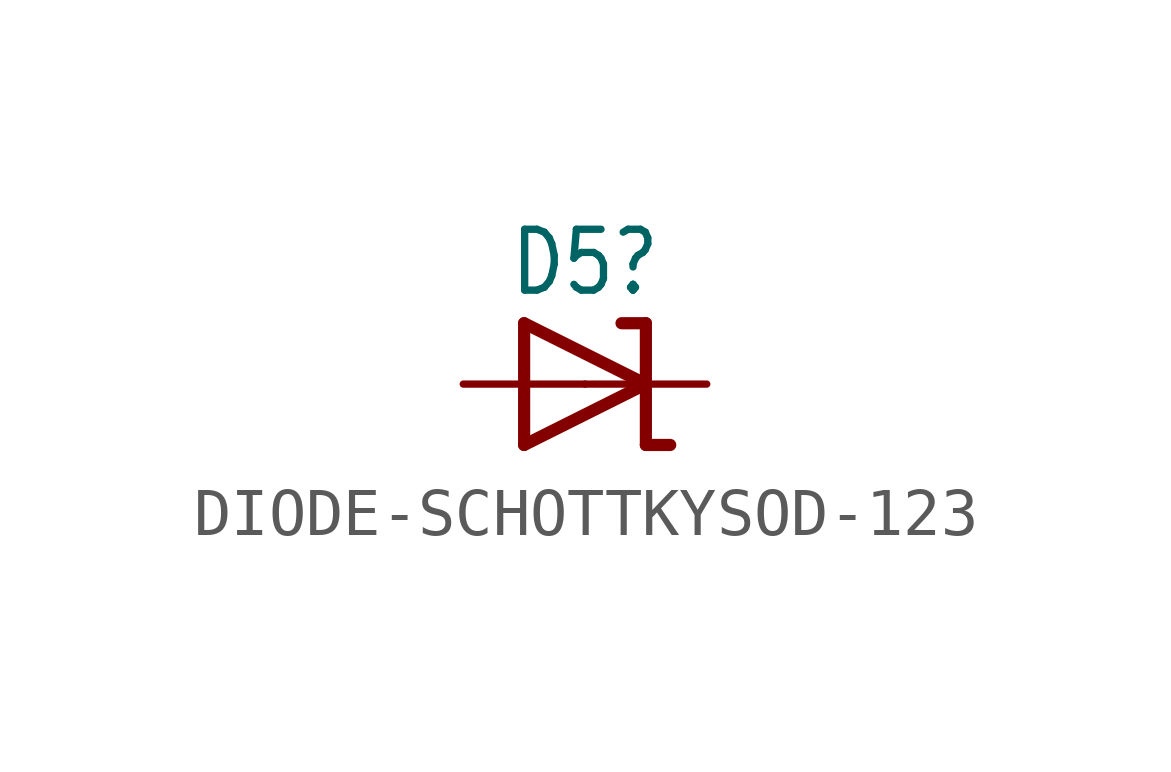
<source format=kicad_sym>
(kicad_symbol_lib
  (version 20220914)
  (generator kicad_symbol_editor)
  (symbol "DIODE-SCHOTTKYSOD-123"
    (property "Reference" "D5"
      (at 0 2.54 0)
      (effects (font (size 1.27 1.079))))
    (property "ki_locked" ""
      (at 0 0 0)
      (effects (font (size 1.27 1.27))))
    (symbol "DIODE-SCHOTTKYSOD-123_1_0"
      (polyline (pts (xy -1.27 -1.27) (xy 1.27 0)) (stroke (width 0.254) (type solid)) (fill (type none)))
      (polyline (pts (xy -1.27 1.27) (xy -1.27 -1.27)) (stroke (width 0.254) (type solid)) (fill (type none)))
      (polyline (pts (xy 1.27 -1.27) (xy 1.778 -1.27)) (stroke (width 0.254) (type solid)) (fill (type none)))
      (polyline (pts (xy 1.27 0) (xy -1.27 1.27)) (stroke (width 0.254) (type solid)) (fill (type none)))
      (polyline (pts (xy 1.27 0) (xy 1.27 -1.27)) (stroke (width 0.254) (type solid)) (fill (type none)))
      (polyline (pts (xy 1.27 1.27) (xy 0.762 1.27)) (stroke (width 0.254) (type solid)) (fill (type none)))
      (polyline (pts (xy 1.27 1.27) (xy 1.27 0)) (stroke (width 0.254) (type solid)) (fill (type none)))
      (pin passive line (at 2.54 0 180) (length 2.54) (name "C" (effects (font (size 0 0)))) (number "1" (effects (font (size 0 0)))))
      (pin passive line (at -2.54 0 0) (length 2.54) (name "A" (effects (font (size 0 0)))) (number "2" (effects (font (size 0 0))))))))
</source>
